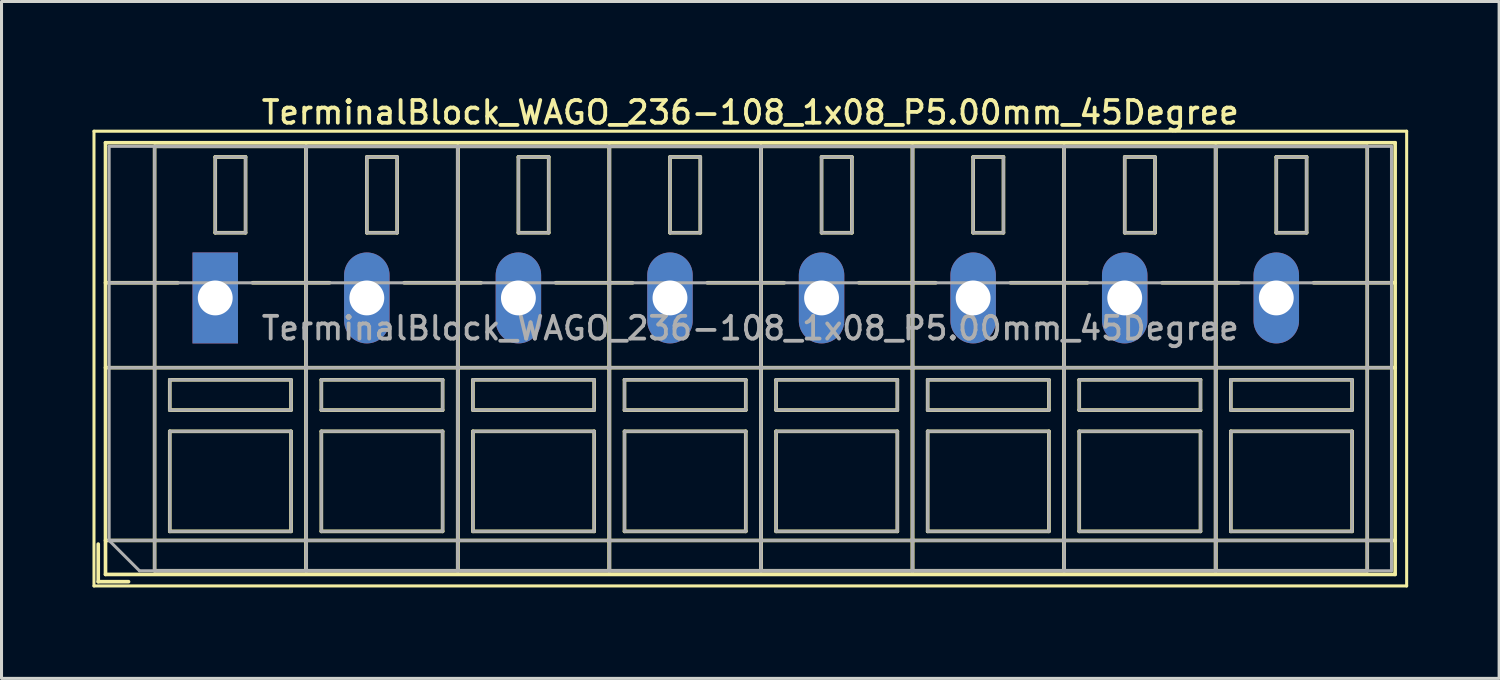
<source format=kicad_pcb>
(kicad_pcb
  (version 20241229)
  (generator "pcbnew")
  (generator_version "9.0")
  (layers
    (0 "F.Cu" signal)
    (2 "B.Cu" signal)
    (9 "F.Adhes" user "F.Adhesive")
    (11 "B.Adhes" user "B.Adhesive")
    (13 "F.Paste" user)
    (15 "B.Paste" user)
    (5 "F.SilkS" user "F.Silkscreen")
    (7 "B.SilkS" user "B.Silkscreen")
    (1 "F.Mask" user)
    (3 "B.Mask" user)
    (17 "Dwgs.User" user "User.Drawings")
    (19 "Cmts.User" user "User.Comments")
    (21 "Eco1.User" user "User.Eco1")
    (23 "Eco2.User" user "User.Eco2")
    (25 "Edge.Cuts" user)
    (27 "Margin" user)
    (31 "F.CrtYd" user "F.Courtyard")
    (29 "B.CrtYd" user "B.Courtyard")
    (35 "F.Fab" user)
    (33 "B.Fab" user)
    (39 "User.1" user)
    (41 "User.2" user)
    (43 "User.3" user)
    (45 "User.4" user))
  (footprint "TerminalBlock_WAGO_236-108_1x08_P5.00mm_45Degree"
    (layer "F.Cu")
    (at 4.05 6.778)
    (property "Reference" "TerminalBlock_WAGO_236-108_1x08_P5.00mm_45Degree" (at 17.65 -6.12 0) (layer "F.SilkS") (effects (font (size 0.75 0.75) (thickness 0.125))))
    (attr through_hole)
    (fp_line (start -4 -5.5) (end -4 9.5) (stroke (width 0.1) (type solid)) (layer "F.SilkS"))
    (fp_line (start -4 9.5) (end 39.3 9.5) (stroke (width 0.1) (type solid)) (layer "F.SilkS"))
    (fp_line (start -3.86 8.12) (end -3.86 9.36) (stroke (width 0.12) (type solid)) (layer "F.SilkS"))
    (fp_line (start -3.86 9.36) (end -2.86 9.36) (stroke (width 0.12) (type solid)) (layer "F.SilkS"))
    (fp_line (start -3.62 -5.12) (end -3.62 9.12) (stroke (width 0.12) (type solid)) (layer "F.SilkS"))
    (fp_line (start -3.62 -5.12) (end 38.92 -5.12) (stroke (width 0.12) (type solid)) (layer "F.SilkS"))
    (fp_line (start -3.62 -0.5) (end -1.23 -0.5) (stroke (width 0.12) (type solid)) (layer "F.SilkS"))
    (fp_line (start -3.62 2.3) (end 38.92 2.3) (stroke (width 0.12) (type solid)) (layer "F.SilkS"))
    (fp_line (start -3.62 8) (end 38.92 8) (stroke (width 0.12) (type solid)) (layer "F.SilkS"))
    (fp_line (start -3.62 9.12) (end 38.92 9.12) (stroke (width 0.12) (type solid)) (layer "F.SilkS"))
    (fp_line (start -2 -5) (end -2 9) (stroke (width 0.12) (type solid)) (layer "F.SilkS"))
    (fp_line (start -2 -5) (end 3 -5) (stroke (width 0.12) (type solid)) (layer "F.SilkS"))
    (fp_line (start -2 9) (end 3 9) (stroke (width 0.12) (type solid)) (layer "F.SilkS"))
    (fp_line (start -1.5 2.7) (end -1.5 3.7) (stroke (width 0.12) (type solid)) (layer "F.SilkS"))
    (fp_line (start -1.5 2.7) (end 2.5 2.7) (stroke (width 0.12) (type solid)) (layer "F.SilkS"))
    (fp_line (start -1.5 3.7) (end 2.5 3.7) (stroke (width 0.12) (type solid)) (layer "F.SilkS"))
    (fp_line (start -1.5 4.4) (end -1.5 7.7) (stroke (width 0.12) (type solid)) (layer "F.SilkS"))
    (fp_line (start -1.5 4.4) (end 2.5 4.4) (stroke (width 0.12) (type solid)) (layer "F.SilkS"))
    (fp_line (start -1.5 7.7) (end 2.5 7.7) (stroke (width 0.12) (type solid)) (layer "F.SilkS"))
    (fp_line (start 0 -4.65) (end 0 -2.151) (stroke (width 0.12) (type solid)) (layer "F.SilkS"))
    (fp_line (start 0 -4.65) (end 1 -4.65) (stroke (width 0.12) (type solid)) (layer "F.SilkS"))
    (fp_line (start 0 -2.151) (end 1 -2.151) (stroke (width 0.12) (type solid)) (layer "F.SilkS"))
    (fp_line (start 1 -4.65) (end 1 -2.151) (stroke (width 0.12) (type solid)) (layer "F.SilkS"))
    (fp_line (start 1.23 -0.5) (end 3.77 -0.5) (stroke (width 0.12) (type solid)) (layer "F.SilkS"))
    (fp_line (start 2.5 2.7) (end 2.5 3.7) (stroke (width 0.12) (type solid)) (layer "F.SilkS"))
    (fp_line (start 2.5 4.4) (end 2.5 7.7) (stroke (width 0.12) (type solid)) (layer "F.SilkS"))
    (fp_line (start 3 -5) (end 3 9) (stroke (width 0.12) (type solid)) (layer "F.SilkS"))
    (fp_line (start 3 -5) (end 3 9) (stroke (width 0.12) (type solid)) (layer "F.SilkS"))
    (fp_line (start 3 -5) (end 8 -5) (stroke (width 0.12) (type solid)) (layer "F.SilkS"))
    (fp_line (start 3 9) (end 8 9) (stroke (width 0.12) (type solid)) (layer "F.SilkS"))
    (fp_line (start 3.5 2.7) (end 3.5 3.7) (stroke (width 0.12) (type solid)) (layer "F.SilkS"))
    (fp_line (start 3.5 2.7) (end 7.5 2.7) (stroke (width 0.12) (type solid)) (layer "F.SilkS"))
    (fp_line (start 3.5 3.7) (end 7.5 3.7) (stroke (width 0.12) (type solid)) (layer "F.SilkS"))
    (fp_line (start 3.5 4.4) (end 3.5 7.7) (stroke (width 0.12) (type solid)) (layer "F.SilkS"))
    (fp_line (start 3.5 4.4) (end 7.5 4.4) (stroke (width 0.12) (type solid)) (layer "F.SilkS"))
    (fp_line (start 3.5 7.7) (end 7.5 7.7) (stroke (width 0.12) (type solid)) (layer "F.SilkS"))
    (fp_line (start 5 -4.65) (end 5 -2.151) (stroke (width 0.12) (type solid)) (layer "F.SilkS"))
    (fp_line (start 5 -4.65) (end 6 -4.65) (stroke (width 0.12) (type solid)) (layer "F.SilkS"))
    (fp_line (start 5 -2.151) (end 6 -2.151) (stroke (width 0.12) (type solid)) (layer "F.SilkS"))
    (fp_line (start 6 -4.65) (end 6 -2.151) (stroke (width 0.12) (type solid)) (layer "F.SilkS"))
    (fp_line (start 6.23 -0.5) (end 8.77 -0.5) (stroke (width 0.12) (type solid)) (layer "F.SilkS"))
    (fp_line (start 7.5 2.7) (end 7.5 3.7) (stroke (width 0.12) (type solid)) (layer "F.SilkS"))
    (fp_line (start 7.5 4.4) (end 7.5 7.7) (stroke (width 0.12) (type solid)) (layer "F.SilkS"))
    (fp_line (start 8 -5) (end 8 9) (stroke (width 0.12) (type solid)) (layer "F.SilkS"))
    (fp_line (start 8 -5) (end 8 9) (stroke (width 0.12) (type solid)) (layer "F.SilkS"))
    (fp_line (start 8 -5) (end 13 -5) (stroke (width 0.12) (type solid)) (layer "F.SilkS"))
    (fp_line (start 8 9) (end 13 9) (stroke (width 0.12) (type solid)) (layer "F.SilkS"))
    (fp_line (start 8.5 2.7) (end 8.5 3.7) (stroke (width 0.12) (type solid)) (layer "F.SilkS"))
    (fp_line (start 8.5 2.7) (end 12.5 2.7) (stroke (width 0.12) (type solid)) (layer "F.SilkS"))
    (fp_line (start 8.5 3.7) (end 12.5 3.7) (stroke (width 0.12) (type solid)) (layer "F.SilkS"))
    (fp_line (start 8.5 4.4) (end 8.5 7.7) (stroke (width 0.12) (type solid)) (layer "F.SilkS"))
    (fp_line (start 8.5 4.4) (end 12.5 4.4) (stroke (width 0.12) (type solid)) (layer "F.SilkS"))
    (fp_line (start 8.5 7.7) (end 12.5 7.7) (stroke (width 0.12) (type solid)) (layer "F.SilkS"))
    (fp_line (start 10 -4.65) (end 10 -2.151) (stroke (width 0.12) (type solid)) (layer "F.SilkS"))
    (fp_line (start 10 -4.65) (end 11 -4.65) (stroke (width 0.12) (type solid)) (layer "F.SilkS"))
    (fp_line (start 10 -2.151) (end 11 -2.151) (stroke (width 0.12) (type solid)) (layer "F.SilkS"))
    (fp_line (start 11 -4.65) (end 11 -2.151) (stroke (width 0.12) (type solid)) (layer "F.SilkS"))
    (fp_line (start 11.23 -0.5) (end 13.77 -0.5) (stroke (width 0.12) (type solid)) (layer "F.SilkS"))
    (fp_line (start 12.5 2.7) (end 12.5 3.7) (stroke (width 0.12) (type solid)) (layer "F.SilkS"))
    (fp_line (start 12.5 4.4) (end 12.5 7.7) (stroke (width 0.12) (type solid)) (layer "F.SilkS"))
    (fp_line (start 13 -5) (end 13 9) (stroke (width 0.12) (type solid)) (layer "F.SilkS"))
    (fp_line (start 13 -5) (end 13 9) (stroke (width 0.12) (type solid)) (layer "F.SilkS"))
    (fp_line (start 13 -5) (end 18 -5) (stroke (width 0.12) (type solid)) (layer "F.SilkS"))
    (fp_line (start 13 9) (end 18 9) (stroke (width 0.12) (type solid)) (layer "F.SilkS"))
    (fp_line (start 13.5 2.7) (end 13.5 3.7) (stroke (width 0.12) (type solid)) (layer "F.SilkS"))
    (fp_line (start 13.5 2.7) (end 17.5 2.7) (stroke (width 0.12) (type solid)) (layer "F.SilkS"))
    (fp_line (start 13.5 3.7) (end 17.5 3.7) (stroke (width 0.12) (type solid)) (layer "F.SilkS"))
    (fp_line (start 13.5 4.4) (end 13.5 7.7) (stroke (width 0.12) (type solid)) (layer "F.SilkS"))
    (fp_line (start 13.5 4.4) (end 17.5 4.4) (stroke (width 0.12) (type solid)) (layer "F.SilkS"))
    (fp_line (start 13.5 7.7) (end 17.5 7.7) (stroke (width 0.12) (type solid)) (layer "F.SilkS"))
    (fp_line (start 15 -4.65) (end 15 -2.151) (stroke (width 0.12) (type solid)) (layer "F.SilkS"))
    (fp_line (start 15 -4.65) (end 16 -4.65) (stroke (width 0.12) (type solid)) (layer "F.SilkS"))
    (fp_line (start 15 -2.151) (end 16 -2.151) (stroke (width 0.12) (type solid)) (layer "F.SilkS"))
    (fp_line (start 16 -4.65) (end 16 -2.151) (stroke (width 0.12) (type solid)) (layer "F.SilkS"))
    (fp_line (start 16.23 -0.5) (end 18.77 -0.5) (stroke (width 0.12) (type solid)) (layer "F.SilkS"))
    (fp_line (start 17.5 2.7) (end 17.5 3.7) (stroke (width 0.12) (type solid)) (layer "F.SilkS"))
    (fp_line (start 17.5 4.4) (end 17.5 7.7) (stroke (width 0.12) (type solid)) (layer "F.SilkS"))
    (fp_line (start 18 -5) (end 18 9) (stroke (width 0.12) (type solid)) (layer "F.SilkS"))
    (fp_line (start 18 -5) (end 18 9) (stroke (width 0.12) (type solid)) (layer "F.SilkS"))
    (fp_line (start 18 -5) (end 23 -5) (stroke (width 0.12) (type solid)) (layer "F.SilkS"))
    (fp_line (start 18 9) (end 23 9) (stroke (width 0.12) (type solid)) (layer "F.SilkS"))
    (fp_line (start 18.5 2.7) (end 18.5 3.7) (stroke (width 0.12) (type solid)) (layer "F.SilkS"))
    (fp_line (start 18.5 2.7) (end 22.5 2.7) (stroke (width 0.12) (type solid)) (layer "F.SilkS"))
    (fp_line (start 18.5 3.7) (end 22.5 3.7) (stroke (width 0.12) (type solid)) (layer "F.SilkS"))
    (fp_line (start 18.5 4.4) (end 18.5 7.7) (stroke (width 0.12) (type solid)) (layer "F.SilkS"))
    (fp_line (start 18.5 4.4) (end 22.5 4.4) (stroke (width 0.12) (type solid)) (layer "F.SilkS"))
    (fp_line (start 18.5 7.7) (end 22.5 7.7) (stroke (width 0.12) (type solid)) (layer "F.SilkS"))
    (fp_line (start 20 -4.65) (end 20 -2.151) (stroke (width 0.12) (type solid)) (layer "F.SilkS"))
    (fp_line (start 20 -4.65) (end 21 -4.65) (stroke (width 0.12) (type solid)) (layer "F.SilkS"))
    (fp_line (start 20 -2.151) (end 21 -2.151) (stroke (width 0.12) (type solid)) (layer "F.SilkS"))
    (fp_line (start 21 -4.65) (end 21 -2.151) (stroke (width 0.12) (type solid)) (layer "F.SilkS"))
    (fp_line (start 21.23 -0.5) (end 23.77 -0.5) (stroke (width 0.12) (type solid)) (layer "F.SilkS"))
    (fp_line (start 22.5 2.7) (end 22.5 3.7) (stroke (width 0.12) (type solid)) (layer "F.SilkS"))
    (fp_line (start 22.5 4.4) (end 22.5 7.7) (stroke (width 0.12) (type solid)) (layer "F.SilkS"))
    (fp_line (start 23 -5) (end 23 9) (stroke (width 0.12) (type solid)) (layer "F.SilkS"))
    (fp_line (start 23 -5) (end 23 9) (stroke (width 0.12) (type solid)) (layer "F.SilkS"))
    (fp_line (start 23 -5) (end 28 -5) (stroke (width 0.12) (type solid)) (layer "F.SilkS"))
    (fp_line (start 23 9) (end 28 9) (stroke (width 0.12) (type solid)) (layer "F.SilkS"))
    (fp_line (start 23.5 2.7) (end 23.5 3.7) (stroke (width 0.12) (type solid)) (layer "F.SilkS"))
    (fp_line (start 23.5 2.7) (end 27.5 2.7) (stroke (width 0.12) (type solid)) (layer "F.SilkS"))
    (fp_line (start 23.5 3.7) (end 27.5 3.7) (stroke (width 0.12) (type solid)) (layer "F.SilkS"))
    (fp_line (start 23.5 4.4) (end 23.5 7.7) (stroke (width 0.12) (type solid)) (layer "F.SilkS"))
    (fp_line (start 23.5 4.4) (end 27.5 4.4) (stroke (width 0.12) (type solid)) (layer "F.SilkS"))
    (fp_line (start 23.5 7.7) (end 27.5 7.7) (stroke (width 0.12) (type solid)) (layer "F.SilkS"))
    (fp_line (start 25 -4.65) (end 25 -2.151) (stroke (width 0.12) (type solid)) (layer "F.SilkS"))
    (fp_line (start 25 -4.65) (end 26 -4.65) (stroke (width 0.12) (type solid)) (layer "F.SilkS"))
    (fp_line (start 25 -2.151) (end 26 -2.151) (stroke (width 0.12) (type solid)) (layer "F.SilkS"))
    (fp_line (start 26 -4.65) (end 26 -2.151) (stroke (width 0.12) (type solid)) (layer "F.SilkS"))
    (fp_line (start 26.23 -0.5) (end 28.77 -0.5) (stroke (width 0.12) (type solid)) (layer "F.SilkS"))
    (fp_line (start 27.5 2.7) (end 27.5 3.7) (stroke (width 0.12) (type solid)) (layer "F.SilkS"))
    (fp_line (start 27.5 4.4) (end 27.5 7.7) (stroke (width 0.12) (type solid)) (layer "F.SilkS"))
    (fp_line (start 28 -5) (end 28 9) (stroke (width 0.12) (type solid)) (layer "F.SilkS"))
    (fp_line (start 28 -5) (end 28 9) (stroke (width 0.12) (type solid)) (layer "F.SilkS"))
    (fp_line (start 28 -5) (end 33 -5) (stroke (width 0.12) (type solid)) (layer "F.SilkS"))
    (fp_line (start 28 9) (end 33 9) (stroke (width 0.12) (type solid)) (layer "F.SilkS"))
    (fp_line (start 28.5 2.7) (end 28.5 3.7) (stroke (width 0.12) (type solid)) (layer "F.SilkS"))
    (fp_line (start 28.5 2.7) (end 32.5 2.7) (stroke (width 0.12) (type solid)) (layer "F.SilkS"))
    (fp_line (start 28.5 3.7) (end 32.5 3.7) (stroke (width 0.12) (type solid)) (layer "F.SilkS"))
    (fp_line (start 28.5 4.4) (end 28.5 7.7) (stroke (width 0.12) (type solid)) (layer "F.SilkS"))
    (fp_line (start 28.5 4.4) (end 32.5 4.4) (stroke (width 0.12) (type solid)) (layer "F.SilkS"))
    (fp_line (start 28.5 7.7) (end 32.5 7.7) (stroke (width 0.12) (type solid)) (layer "F.SilkS"))
    (fp_line (start 30 -4.65) (end 30 -2.151) (stroke (width 0.12) (type solid)) (layer "F.SilkS"))
    (fp_line (start 30 -4.65) (end 31 -4.65) (stroke (width 0.12) (type solid)) (layer "F.SilkS"))
    (fp_line (start 30 -2.151) (end 31 -2.151) (stroke (width 0.12) (type solid)) (layer "F.SilkS"))
    (fp_line (start 31 -4.65) (end 31 -2.151) (stroke (width 0.12) (type solid)) (layer "F.SilkS"))
    (fp_line (start 31.23 -0.5) (end 33.77 -0.5) (stroke (width 0.12) (type solid)) (layer "F.SilkS"))
    (fp_line (start 32.5 2.7) (end 32.5 3.7) (stroke (width 0.12) (type solid)) (layer "F.SilkS"))
    (fp_line (start 32.5 4.4) (end 32.5 7.7) (stroke (width 0.12) (type solid)) (layer "F.SilkS"))
    (fp_line (start 33 -5) (end 33 9) (stroke (width 0.12) (type solid)) (layer "F.SilkS"))
    (fp_line (start 33 -5) (end 33 9) (stroke (width 0.12) (type solid)) (layer "F.SilkS"))
    (fp_line (start 33 -5) (end 38 -5) (stroke (width 0.12) (type solid)) (layer "F.SilkS"))
    (fp_line (start 33 9) (end 38 9) (stroke (width 0.12) (type solid)) (layer "F.SilkS"))
    (fp_line (start 33.5 2.7) (end 33.5 3.7) (stroke (width 0.12) (type solid)) (layer "F.SilkS"))
    (fp_line (start 33.5 2.7) (end 37.5 2.7) (stroke (width 0.12) (type solid)) (layer "F.SilkS"))
    (fp_line (start 33.5 3.7) (end 37.5 3.7) (stroke (width 0.12) (type solid)) (layer "F.SilkS"))
    (fp_line (start 33.5 4.4) (end 33.5 7.7) (stroke (width 0.12) (type solid)) (layer "F.SilkS"))
    (fp_line (start 33.5 4.4) (end 37.5 4.4) (stroke (width 0.12) (type solid)) (layer "F.SilkS"))
    (fp_line (start 33.5 7.7) (end 37.5 7.7) (stroke (width 0.12) (type solid)) (layer "F.SilkS"))
    (fp_line (start 35 -4.65) (end 35 -2.151) (stroke (width 0.12) (type solid)) (layer "F.SilkS"))
    (fp_line (start 35 -4.65) (end 36 -4.65) (stroke (width 0.12) (type solid)) (layer "F.SilkS"))
    (fp_line (start 35 -2.151) (end 36 -2.151) (stroke (width 0.12) (type solid)) (layer "F.SilkS"))
    (fp_line (start 36 -4.65) (end 36 -2.151) (stroke (width 0.12) (type solid)) (layer "F.SilkS"))
    (fp_line (start 36.23 -0.5) (end 38.92 -0.5) (stroke (width 0.12) (type solid)) (layer "F.SilkS"))
    (fp_line (start 37.5 2.7) (end 37.5 3.7) (stroke (width 0.12) (type solid)) (layer "F.SilkS"))
    (fp_line (start 37.5 4.4) (end 37.5 7.7) (stroke (width 0.12) (type solid)) (layer "F.SilkS"))
    (fp_line (start 38 -5) (end 38 9) (stroke (width 0.12) (type solid)) (layer "F.SilkS"))
    (fp_line (start 38.92 -5.12) (end 38.92 9.12) (stroke (width 0.12) (type solid)) (layer "F.SilkS"))
    (fp_line (start 39.3 -5.5) (end -4 -5.5) (stroke (width 0.1) (type solid)) (layer "F.SilkS"))
    (fp_line (start 39.3 9.5) (end 39.3 -5.5) (stroke (width 0.1) (type solid)) (layer "F.SilkS"))
    (fp_line (start -3.5 -5) (end 38.8 -5) (stroke (width 0.1) (type solid)) (layer "F.Fab"))
    (fp_line (start -3.5 -0.5) (end 38.8 -0.5) (stroke (width 0.1) (type solid)) (layer "F.Fab"))
    (fp_line (start -3.5 2.3) (end 38.8 2.3) (stroke (width 0.1) (type solid)) (layer "F.Fab"))
    (fp_line (start -3.5 8) (end -3.5 -5) (stroke (width 0.1) (type solid)) (layer "F.Fab"))
    (fp_line (start -3.5 8) (end 38.8 8) (stroke (width 0.1) (type solid)) (layer "F.Fab"))
    (fp_line (start -2.5 9) (end -3.5 8) (stroke (width 0.1) (type solid)) (layer "F.Fab"))
    (fp_line (start -2 -5) (end -2 9) (stroke (width 0.1) (type solid)) (layer "F.Fab"))
    (fp_line (start -2 9) (end 3 9) (stroke (width 0.1) (type solid)) (layer "F.Fab"))
    (fp_line (start -1.5 2.7) (end -1.5 3.7) (stroke (width 0.1) (type solid)) (layer "F.Fab"))
    (fp_line (start -1.5 3.7) (end 2.5 3.7) (stroke (width 0.1) (type solid)) (layer "F.Fab"))
    (fp_line (start -1.5 4.4) (end -1.5 7.7) (stroke (width 0.1) (type solid)) (layer "F.Fab"))
    (fp_line (start -1.5 7.7) (end 2.5 7.7) (stroke (width 0.1) (type solid)) (layer "F.Fab"))
    (fp_line (start 0 -4.65) (end 0 -2.15) (stroke (width 0.1) (type solid)) (layer "F.Fab"))
    (fp_line (start 0 -2.15) (end 1 -2.15) (stroke (width 0.1) (type solid)) (layer "F.Fab"))
    (fp_line (start 1 -4.65) (end 0 -4.65) (stroke (width 0.1) (type solid)) (layer "F.Fab"))
    (fp_line (start 1 -2.15) (end 1 -4.65) (stroke (width 0.1) (type solid)) (layer "F.Fab"))
    (fp_line (start 2.5 2.7) (end -1.5 2.7) (stroke (width 0.1) (type solid)) (layer "F.Fab"))
    (fp_line (start 2.5 3.7) (end 2.5 2.7) (stroke (width 0.1) (type solid)) (layer "F.Fab"))
    (fp_line (start 2.5 4.4) (end -1.5 4.4) (stroke (width 0.1) (type solid)) (layer "F.Fab"))
    (fp_line (start 2.5 7.7) (end 2.5 4.4) (stroke (width 0.1) (type solid)) (layer "F.Fab"))
    (fp_line (start 3 -5) (end -2 -5) (stroke (width 0.1) (type solid)) (layer "F.Fab"))
    (fp_line (start 3 -5) (end 3 9) (stroke (width 0.1) (type solid)) (layer "F.Fab"))
    (fp_line (start 3 9) (end 3 -5) (stroke (width 0.1) (type solid)) (layer "F.Fab"))
    (fp_line (start 3 9) (end 8 9) (stroke (width 0.1) (type solid)) (layer "F.Fab"))
    (fp_line (start 3.5 2.7) (end 3.5 3.7) (stroke (width 0.1) (type solid)) (layer "F.Fab"))
    (fp_line (start 3.5 3.7) (end 7.5 3.7) (stroke (width 0.1) (type solid)) (layer "F.Fab"))
    (fp_line (start 3.5 4.4) (end 3.5 7.7) (stroke (width 0.1) (type solid)) (layer "F.Fab"))
    (fp_line (start 3.5 7.7) (end 7.5 7.7) (stroke (width 0.1) (type solid)) (layer "F.Fab"))
    (fp_line (start 5 -4.65) (end 5 -2.15) (stroke (width 0.1) (type solid)) (layer "F.Fab"))
    (fp_line (start 5 -2.15) (end 6 -2.15) (stroke (width 0.1) (type solid)) (layer "F.Fab"))
    (fp_line (start 6 -4.65) (end 5 -4.65) (stroke (width 0.1) (type solid)) (layer "F.Fab"))
    (fp_line (start 6 -2.15) (end 6 -4.65) (stroke (width 0.1) (type solid)) (layer "F.Fab"))
    (fp_line (start 7.5 2.7) (end 3.5 2.7) (stroke (width 0.1) (type solid)) (layer "F.Fab"))
    (fp_line (start 7.5 3.7) (end 7.5 2.7) (stroke (width 0.1) (type solid)) (layer "F.Fab"))
    (fp_line (start 7.5 4.4) (end 3.5 4.4) (stroke (width 0.1) (type solid)) (layer "F.Fab"))
    (fp_line (start 7.5 7.7) (end 7.5 4.4) (stroke (width 0.1) (type solid)) (layer "F.Fab"))
    (fp_line (start 8 -5) (end 3 -5) (stroke (width 0.1) (type solid)) (layer "F.Fab"))
    (fp_line (start 8 -5) (end 8 9) (stroke (width 0.1) (type solid)) (layer "F.Fab"))
    (fp_line (start 8 9) (end 8 -5) (stroke (width 0.1) (type solid)) (layer "F.Fab"))
    (fp_line (start 8 9) (end 13 9) (stroke (width 0.1) (type solid)) (layer "F.Fab"))
    (fp_line (start 8.5 2.7) (end 8.5 3.7) (stroke (width 0.1) (type solid)) (layer "F.Fab"))
    (fp_line (start 8.5 3.7) (end 12.5 3.7) (stroke (width 0.1) (type solid)) (layer "F.Fab"))
    (fp_line (start 8.5 4.4) (end 8.5 7.7) (stroke (width 0.1) (type solid)) (layer "F.Fab"))
    (fp_line (start 8.5 7.7) (end 12.5 7.7) (stroke (width 0.1) (type solid)) (layer "F.Fab"))
    (fp_line (start 10 -4.65) (end 10 -2.15) (stroke (width 0.1) (type solid)) (layer "F.Fab"))
    (fp_line (start 10 -2.15) (end 11 -2.15) (stroke (width 0.1) (type solid)) (layer "F.Fab"))
    (fp_line (start 11 -4.65) (end 10 -4.65) (stroke (width 0.1) (type solid)) (layer "F.Fab"))
    (fp_line (start 11 -2.15) (end 11 -4.65) (stroke (width 0.1) (type solid)) (layer "F.Fab"))
    (fp_line (start 12.5 2.7) (end 8.5 2.7) (stroke (width 0.1) (type solid)) (layer "F.Fab"))
    (fp_line (start 12.5 3.7) (end 12.5 2.7) (stroke (width 0.1) (type solid)) (layer "F.Fab"))
    (fp_line (start 12.5 4.4) (end 8.5 4.4) (stroke (width 0.1) (type solid)) (layer "F.Fab"))
    (fp_line (start 12.5 7.7) (end 12.5 4.4) (stroke (width 0.1) (type solid)) (layer "F.Fab"))
    (fp_line (start 13 -5) (end 8 -5) (stroke (width 0.1) (type solid)) (layer "F.Fab"))
    (fp_line (start 13 -5) (end 13 9) (stroke (width 0.1) (type solid)) (layer "F.Fab"))
    (fp_line (start 13 9) (end 13 -5) (stroke (width 0.1) (type solid)) (layer "F.Fab"))
    (fp_line (start 13 9) (end 18 9) (stroke (width 0.1) (type solid)) (layer "F.Fab"))
    (fp_line (start 13.5 2.7) (end 13.5 3.7) (stroke (width 0.1) (type solid)) (layer "F.Fab"))
    (fp_line (start 13.5 3.7) (end 17.5 3.7) (stroke (width 0.1) (type solid)) (layer "F.Fab"))
    (fp_line (start 13.5 4.4) (end 13.5 7.7) (stroke (width 0.1) (type solid)) (layer "F.Fab"))
    (fp_line (start 13.5 7.7) (end 17.5 7.7) (stroke (width 0.1) (type solid)) (layer "F.Fab"))
    (fp_line (start 15 -4.65) (end 15 -2.15) (stroke (width 0.1) (type solid)) (layer "F.Fab"))
    (fp_line (start 15 -2.15) (end 16 -2.15) (stroke (width 0.1) (type solid)) (layer "F.Fab"))
    (fp_line (start 16 -4.65) (end 15 -4.65) (stroke (width 0.1) (type solid)) (layer "F.Fab"))
    (fp_line (start 16 -2.15) (end 16 -4.65) (stroke (width 0.1) (type solid)) (layer "F.Fab"))
    (fp_line (start 17.5 2.7) (end 13.5 2.7) (stroke (width 0.1) (type solid)) (layer "F.Fab"))
    (fp_line (start 17.5 3.7) (end 17.5 2.7) (stroke (width 0.1) (type solid)) (layer "F.Fab"))
    (fp_line (start 17.5 4.4) (end 13.5 4.4) (stroke (width 0.1) (type solid)) (layer "F.Fab"))
    (fp_line (start 17.5 7.7) (end 17.5 4.4) (stroke (width 0.1) (type solid)) (layer "F.Fab"))
    (fp_line (start 18 -5) (end 13 -5) (stroke (width 0.1) (type solid)) (layer "F.Fab"))
    (fp_line (start 18 -5) (end 18 9) (stroke (width 0.1) (type solid)) (layer "F.Fab"))
    (fp_line (start 18 9) (end 18 -5) (stroke (width 0.1) (type solid)) (layer "F.Fab"))
    (fp_line (start 18 9) (end 23 9) (stroke (width 0.1) (type solid)) (layer "F.Fab"))
    (fp_line (start 18.5 2.7) (end 18.5 3.7) (stroke (width 0.1) (type solid)) (layer "F.Fab"))
    (fp_line (start 18.5 3.7) (end 22.5 3.7) (stroke (width 0.1) (type solid)) (layer "F.Fab"))
    (fp_line (start 18.5 4.4) (end 18.5 7.7) (stroke (width 0.1) (type solid)) (layer "F.Fab"))
    (fp_line (start 18.5 7.7) (end 22.5 7.7) (stroke (width 0.1) (type solid)) (layer "F.Fab"))
    (fp_line (start 20 -4.65) (end 20 -2.15) (stroke (width 0.1) (type solid)) (layer "F.Fab"))
    (fp_line (start 20 -2.15) (end 21 -2.15) (stroke (width 0.1) (type solid)) (layer "F.Fab"))
    (fp_line (start 21 -4.65) (end 20 -4.65) (stroke (width 0.1) (type solid)) (layer "F.Fab"))
    (fp_line (start 21 -2.15) (end 21 -4.65) (stroke (width 0.1) (type solid)) (layer "F.Fab"))
    (fp_line (start 22.5 2.7) (end 18.5 2.7) (stroke (width 0.1) (type solid)) (layer "F.Fab"))
    (fp_line (start 22.5 3.7) (end 22.5 2.7) (stroke (width 0.1) (type solid)) (layer "F.Fab"))
    (fp_line (start 22.5 4.4) (end 18.5 4.4) (stroke (width 0.1) (type solid)) (layer "F.Fab"))
    (fp_line (start 22.5 7.7) (end 22.5 4.4) (stroke (width 0.1) (type solid)) (layer "F.Fab"))
    (fp_line (start 23 -5) (end 18 -5) (stroke (width 0.1) (type solid)) (layer "F.Fab"))
    (fp_line (start 23 -5) (end 23 9) (stroke (width 0.1) (type solid)) (layer "F.Fab"))
    (fp_line (start 23 9) (end 23 -5) (stroke (width 0.1) (type solid)) (layer "F.Fab"))
    (fp_line (start 23 9) (end 28 9) (stroke (width 0.1) (type solid)) (layer "F.Fab"))
    (fp_line (start 23.5 2.7) (end 23.5 3.7) (stroke (width 0.1) (type solid)) (layer "F.Fab"))
    (fp_line (start 23.5 3.7) (end 27.5 3.7) (stroke (width 0.1) (type solid)) (layer "F.Fab"))
    (fp_line (start 23.5 4.4) (end 23.5 7.7) (stroke (width 0.1) (type solid)) (layer "F.Fab"))
    (fp_line (start 23.5 7.7) (end 27.5 7.7) (stroke (width 0.1) (type solid)) (layer "F.Fab"))
    (fp_line (start 25 -4.65) (end 25 -2.15) (stroke (width 0.1) (type solid)) (layer "F.Fab"))
    (fp_line (start 25 -2.15) (end 26 -2.15) (stroke (width 0.1) (type solid)) (layer "F.Fab"))
    (fp_line (start 26 -4.65) (end 25 -4.65) (stroke (width 0.1) (type solid)) (layer "F.Fab"))
    (fp_line (start 26 -2.15) (end 26 -4.65) (stroke (width 0.1) (type solid)) (layer "F.Fab"))
    (fp_line (start 27.5 2.7) (end 23.5 2.7) (stroke (width 0.1) (type solid)) (layer "F.Fab"))
    (fp_line (start 27.5 3.7) (end 27.5 2.7) (stroke (width 0.1) (type solid)) (layer "F.Fab"))
    (fp_line (start 27.5 4.4) (end 23.5 4.4) (stroke (width 0.1) (type solid)) (layer "F.Fab"))
    (fp_line (start 27.5 7.7) (end 27.5 4.4) (stroke (width 0.1) (type solid)) (layer "F.Fab"))
    (fp_line (start 28 -5) (end 23 -5) (stroke (width 0.1) (type solid)) (layer "F.Fab"))
    (fp_line (start 28 -5) (end 28 9) (stroke (width 0.1) (type solid)) (layer "F.Fab"))
    (fp_line (start 28 9) (end 28 -5) (stroke (width 0.1) (type solid)) (layer "F.Fab"))
    (fp_line (start 28 9) (end 33 9) (stroke (width 0.1) (type solid)) (layer "F.Fab"))
    (fp_line (start 28.5 2.7) (end 28.5 3.7) (stroke (width 0.1) (type solid)) (layer "F.Fab"))
    (fp_line (start 28.5 3.7) (end 32.5 3.7) (stroke (width 0.1) (type solid)) (layer "F.Fab"))
    (fp_line (start 28.5 4.4) (end 28.5 7.7) (stroke (width 0.1) (type solid)) (layer "F.Fab"))
    (fp_line (start 28.5 7.7) (end 32.5 7.7) (stroke (width 0.1) (type solid)) (layer "F.Fab"))
    (fp_line (start 30 -4.65) (end 30 -2.15) (stroke (width 0.1) (type solid)) (layer "F.Fab"))
    (fp_line (start 30 -2.15) (end 31 -2.15) (stroke (width 0.1) (type solid)) (layer "F.Fab"))
    (fp_line (start 31 -4.65) (end 30 -4.65) (stroke (width 0.1) (type solid)) (layer "F.Fab"))
    (fp_line (start 31 -2.15) (end 31 -4.65) (stroke (width 0.1) (type solid)) (layer "F.Fab"))
    (fp_line (start 32.5 2.7) (end 28.5 2.7) (stroke (width 0.1) (type solid)) (layer "F.Fab"))
    (fp_line (start 32.5 3.7) (end 32.5 2.7) (stroke (width 0.1) (type solid)) (layer "F.Fab"))
    (fp_line (start 32.5 4.4) (end 28.5 4.4) (stroke (width 0.1) (type solid)) (layer "F.Fab"))
    (fp_line (start 32.5 7.7) (end 32.5 4.4) (stroke (width 0.1) (type solid)) (layer "F.Fab"))
    (fp_line (start 33 -5) (end 28 -5) (stroke (width 0.1) (type solid)) (layer "F.Fab"))
    (fp_line (start 33 -5) (end 33 9) (stroke (width 0.1) (type solid)) (layer "F.Fab"))
    (fp_line (start 33 9) (end 33 -5) (stroke (width 0.1) (type solid)) (layer "F.Fab"))
    (fp_line (start 33 9) (end 38 9) (stroke (width 0.1) (type solid)) (layer "F.Fab"))
    (fp_line (start 33.5 2.7) (end 33.5 3.7) (stroke (width 0.1) (type solid)) (layer "F.Fab"))
    (fp_line (start 33.5 3.7) (end 37.5 3.7) (stroke (width 0.1) (type solid)) (layer "F.Fab"))
    (fp_line (start 33.5 4.4) (end 33.5 7.7) (stroke (width 0.1) (type solid)) (layer "F.Fab"))
    (fp_line (start 33.5 7.7) (end 37.5 7.7) (stroke (width 0.1) (type solid)) (layer "F.Fab"))
    (fp_line (start 35 -4.65) (end 35 -2.15) (stroke (width 0.1) (type solid)) (layer "F.Fab"))
    (fp_line (start 35 -2.15) (end 36 -2.15) (stroke (width 0.1) (type solid)) (layer "F.Fab"))
    (fp_line (start 36 -4.65) (end 35 -4.65) (stroke (width 0.1) (type solid)) (layer "F.Fab"))
    (fp_line (start 36 -2.15) (end 36 -4.65) (stroke (width 0.1) (type solid)) (layer "F.Fab"))
    (fp_line (start 37.5 2.7) (end 33.5 2.7) (stroke (width 0.1) (type solid)) (layer "F.Fab"))
    (fp_line (start 37.5 3.7) (end 37.5 2.7) (stroke (width 0.1) (type solid)) (layer "F.Fab"))
    (fp_line (start 37.5 4.4) (end 33.5 4.4) (stroke (width 0.1) (type solid)) (layer "F.Fab"))
    (fp_line (start 37.5 7.7) (end 37.5 4.4) (stroke (width 0.1) (type solid)) (layer "F.Fab"))
    (fp_line (start 38 -5) (end 33 -5) (stroke (width 0.1) (type solid)) (layer "F.Fab"))
    (fp_line (start 38 9) (end 38 -5) (stroke (width 0.1) (type solid)) (layer "F.Fab"))
    (fp_line (start 38.8 -5) (end 38.8 9) (stroke (width 0.1) (type solid)) (layer "F.Fab"))
    (fp_line (start 38.8 9) (end -2.5 9) (stroke (width 0.1) (type solid)) (layer "F.Fab"))
    (fp_text user "${REFERENCE}" (at 17.65 1 0) (layer "F.Fab") (effects (font (size 0.75 0.75) (thickness 0.125))))
    (pad "1" thru_hole rect (at 0 0) (size 1.5 3) (drill 1.15) (layers "*.Cu" "*.Mask"))
    (pad "2" thru_hole oval (at 5 0) (size 1.5 3) (drill 1.15) (layers "*.Cu" "*.Mask"))
    (pad "3" thru_hole oval (at 10 0) (size 1.5 3) (drill 1.15) (layers "*.Cu" "*.Mask"))
    (pad "4" thru_hole oval (at 15 0) (size 1.5 3) (drill 1.15) (layers "*.Cu" "*.Mask"))
    (pad "5" thru_hole oval (at 20 0) (size 1.5 3) (drill 1.15) (layers "*.Cu" "*.Mask"))
    (pad "6" thru_hole oval (at 25 0) (size 1.5 3) (drill 1.15) (layers "*.Cu" "*.Mask"))
    (pad "7" thru_hole oval (at 30 0) (size 1.5 3) (drill 1.15) (layers "*.Cu" "*.Mask"))
    (pad "8" thru_hole oval (at 35 0) (size 1.5 3) (drill 1.15) (layers "*.Cu" "*.Mask")))
  (gr_rect
    (start -3 -3)
    (end 46.4 19.328)
    (stroke (width 0.1) (type default))
    (fill no)
    (layer "Edge.Cuts")))
</source>
